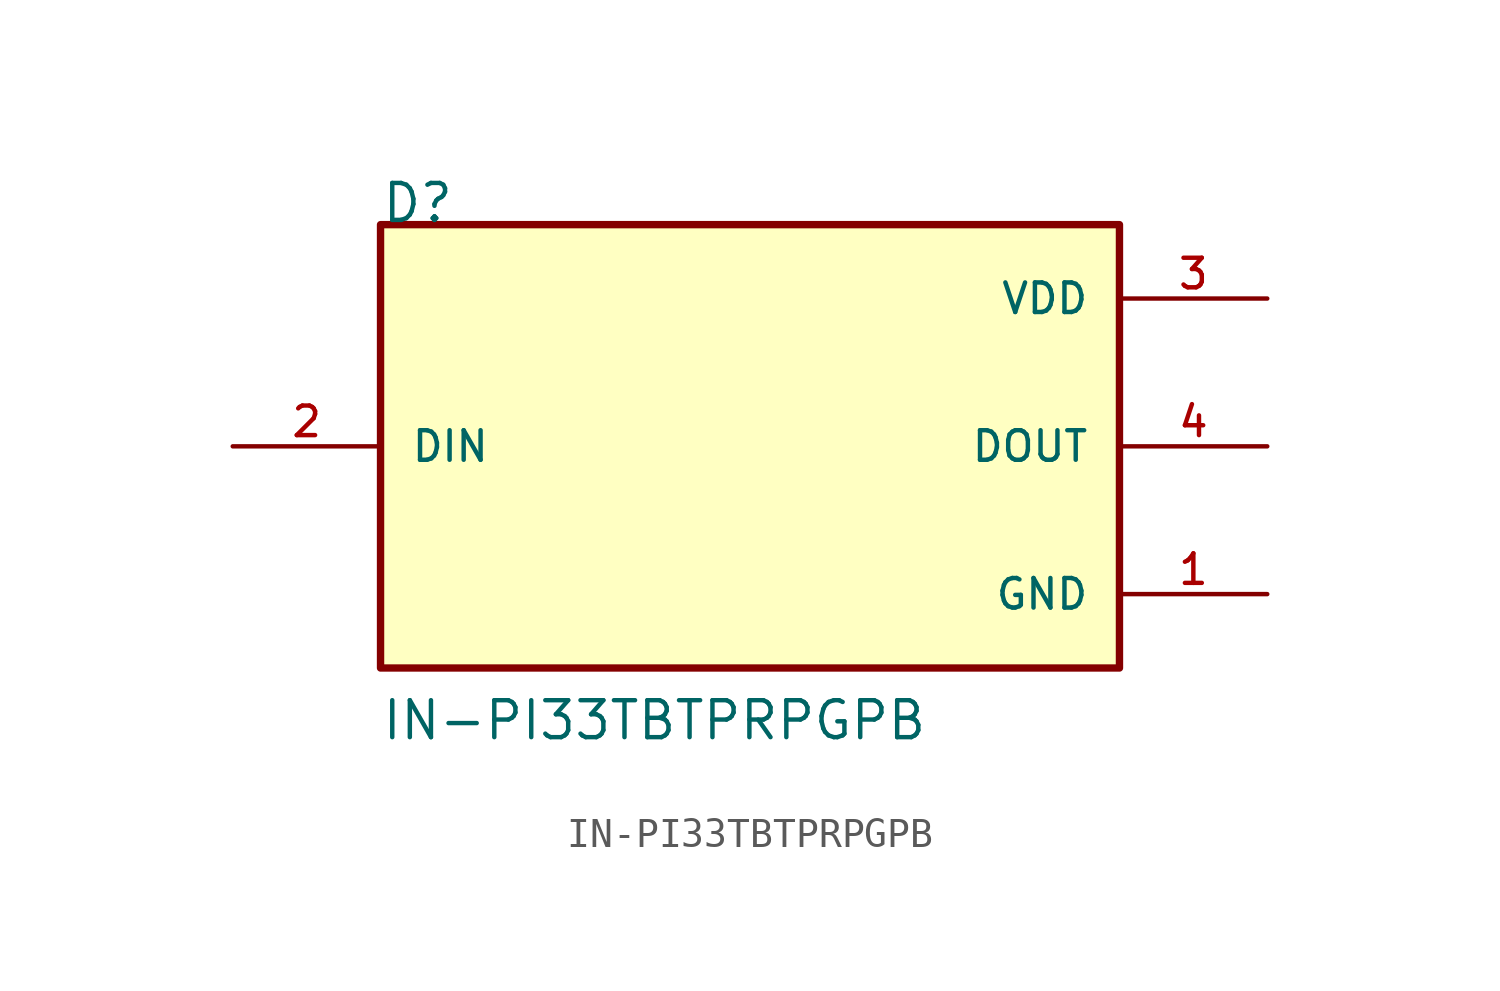
<source format=kicad_sym>
(kicad_symbol_lib
  (version 20211014)
  (generator kicad_symbol_editor)
  (symbol "IN-PI33TBTPRPGPB"
    (pin_names
      (offset 1.016))
    (property "Reference" "D"
      (at -12.7 7.62 0)
      (effects (font (size 1.27 1.27)) (justify bottom left)))
    (property "Value" "IN-PI33TBTPRPGPB"
      (at -12.7 -10.16 0)
      (effects (font (size 1.27 1.27)) (justify bottom left)))
    (symbol "IN-PI33TBTPRPGPB_0_0"
      (rectangle (start -12.7 -7.62) (end 12.7 7.62) (stroke (width 0.254)) (fill (type background)))
      (pin input line (at -17.78 0.0 0) (length 5.08) (name "DIN" (effects (font (size 1.016 1.016)))) (number "2" (effects (font (size 1.016 1.016)))))
      (pin output line (at 17.78 0.0 180.0) (length 5.08) (name "DOUT" (effects (font (size 1.016 1.016)))) (number "4" (effects (font (size 1.016 1.016)))))
      (pin power_in line (at 17.78 5.08 180.0) (length 5.08) (name "VDD" (effects (font (size 1.016 1.016)))) (number "3" (effects (font (size 1.016 1.016)))))
      (pin power_in line (at 17.78 -5.08 180.0) (length 5.08) (name "GND" (effects (font (size 1.016 1.016)))) (number "1" (effects (font (size 1.016 1.016))))))))
</source>
